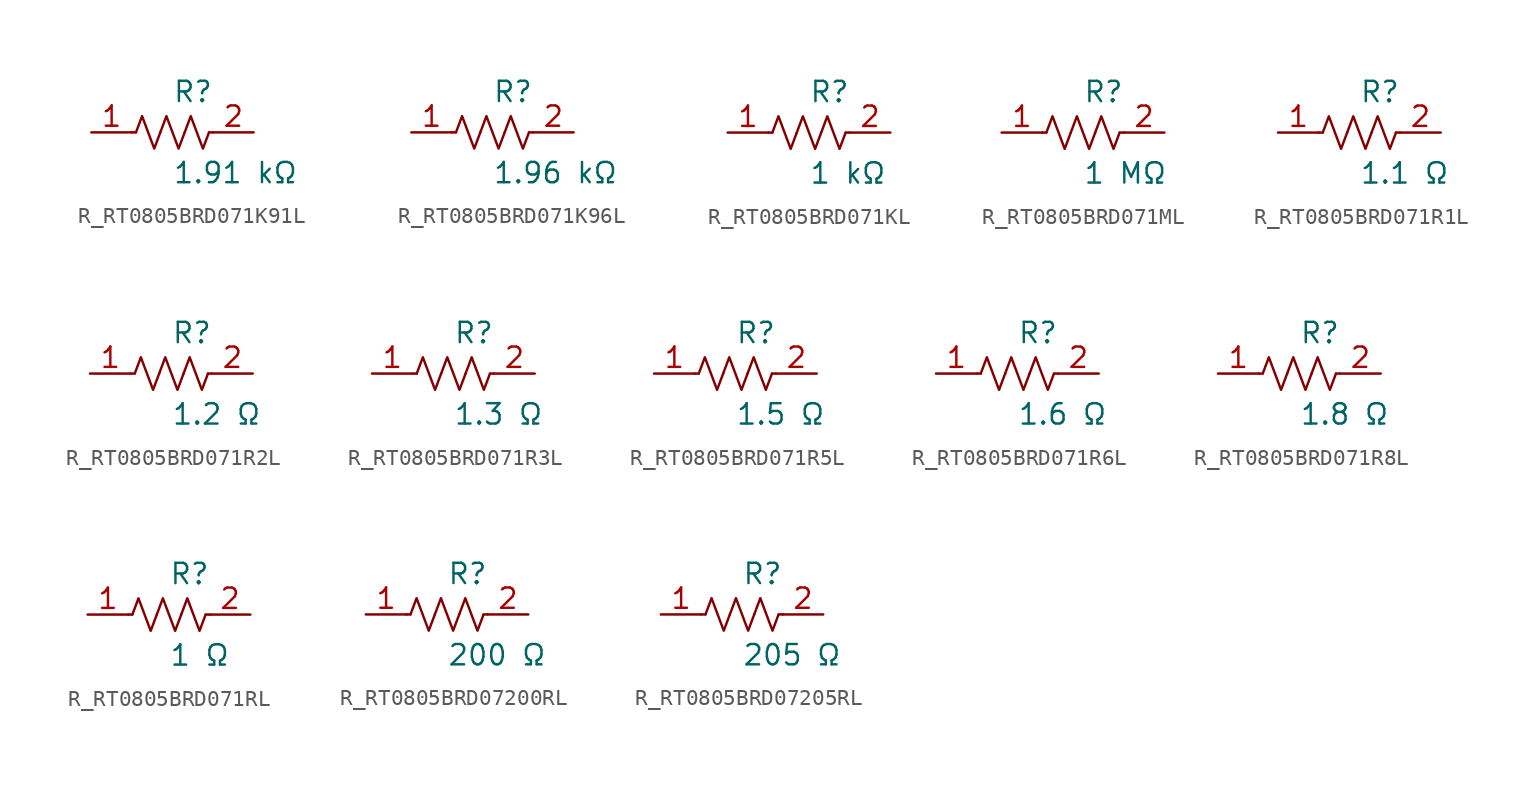
<source format=kicad_sym>
(kicad_symbol_lib
  (version 20231120)
  (generator kicad_symbol_editor)
  (generator_version 8.0)
  (symbol "R_RT0805BRD071K91L"
    (pin_names
      (offset 0.254))
    (property "Reference" "R"
      (at 0.0 2.54 0)
      (effects (font (size 1.27 1.27)) (justify left)))
    (property "Value" "1.91 kΩ"
      (at 0.0 -2.54 0)
      (effects (font (size 1.27 1.27)) (justify left)))
    (symbol "R_RT0805BRD071K91L_0_1"
      (polyline (pts (xy 2.286 0) (xy 2.54 0)) (stroke (width 0) (type default)) (fill (type none)))
      (polyline (pts (xy -2.286 0) (xy -2.54 0)) (stroke (width 0) (type default)) (fill (type none)))
      (polyline (pts (xy 0.762 0) (xy 1.143 1.016) (xy 1.524 0) (xy 1.905 -1.016) (xy 2.286 0)) (stroke (width 0) (type default)) (fill (type none)))
      (polyline (pts (xy -0.762 0) (xy -0.381 1.016) (xy 0 0) (xy 0.381 -1.016) (xy 0.762 0)) (stroke (width 0) (type default)) (fill (type none)))
      (polyline (pts (xy -2.286 0) (xy -1.905 1.016) (xy -1.524 0) (xy -1.143 -1.016) (xy -0.762 0)) (stroke (width 0) (type default)) (fill (type none))))
    (pin unspecified line
      (at -5.08 0 0)
      (length 2.54)
      (name "" (effects (font (size 1.27 1.27))))
      (number "1" (effects (font (size 1.27 1.27)))))
    (pin unspecified line
      (at 5.08 0 180)
      (length 2.54)
      (name "" (effects (font (size 1.27 1.27))))
      (number "2" (effects (font (size 1.27 1.27))))))
  (symbol "R_RT0805BRD071K96L"
    (pin_names
      (offset 0.254))
    (property "Reference" "R"
      (at 0.0 2.54 0)
      (effects (font (size 1.27 1.27)) (justify left)))
    (property "Value" "1.96 kΩ"
      (at 0.0 -2.54 0)
      (effects (font (size 1.27 1.27)) (justify left)))
    (symbol "R_RT0805BRD071K96L_0_1"
      (polyline (pts (xy 2.286 0) (xy 2.54 0)) (stroke (width 0) (type default)) (fill (type none)))
      (polyline (pts (xy -2.286 0) (xy -2.54 0)) (stroke (width 0) (type default)) (fill (type none)))
      (polyline (pts (xy 0.762 0) (xy 1.143 1.016) (xy 1.524 0) (xy 1.905 -1.016) (xy 2.286 0)) (stroke (width 0) (type default)) (fill (type none)))
      (polyline (pts (xy -0.762 0) (xy -0.381 1.016) (xy 0 0) (xy 0.381 -1.016) (xy 0.762 0)) (stroke (width 0) (type default)) (fill (type none)))
      (polyline (pts (xy -2.286 0) (xy -1.905 1.016) (xy -1.524 0) (xy -1.143 -1.016) (xy -0.762 0)) (stroke (width 0) (type default)) (fill (type none))))
    (pin unspecified line
      (at -5.08 0 0)
      (length 2.54)
      (name "" (effects (font (size 1.27 1.27))))
      (number "1" (effects (font (size 1.27 1.27)))))
    (pin unspecified line
      (at 5.08 0 180)
      (length 2.54)
      (name "" (effects (font (size 1.27 1.27))))
      (number "2" (effects (font (size 1.27 1.27))))))
  (symbol "R_RT0805BRD071KL"
    (pin_names
      (offset 0.254))
    (property "Reference" "R"
      (at 0.0 2.54 0)
      (effects (font (size 1.27 1.27)) (justify left)))
    (property "Value" "1 kΩ"
      (at 0.0 -2.54 0)
      (effects (font (size 1.27 1.27)) (justify left)))
    (symbol "R_RT0805BRD071KL_0_1"
      (polyline (pts (xy 2.286 0) (xy 2.54 0)) (stroke (width 0) (type default)) (fill (type none)))
      (polyline (pts (xy -2.286 0) (xy -2.54 0)) (stroke (width 0) (type default)) (fill (type none)))
      (polyline (pts (xy 0.762 0) (xy 1.143 1.016) (xy 1.524 0) (xy 1.905 -1.016) (xy 2.286 0)) (stroke (width 0) (type default)) (fill (type none)))
      (polyline (pts (xy -0.762 0) (xy -0.381 1.016) (xy 0 0) (xy 0.381 -1.016) (xy 0.762 0)) (stroke (width 0) (type default)) (fill (type none)))
      (polyline (pts (xy -2.286 0) (xy -1.905 1.016) (xy -1.524 0) (xy -1.143 -1.016) (xy -0.762 0)) (stroke (width 0) (type default)) (fill (type none))))
    (pin unspecified line
      (at -5.08 0 0)
      (length 2.54)
      (name "" (effects (font (size 1.27 1.27))))
      (number "1" (effects (font (size 1.27 1.27)))))
    (pin unspecified line
      (at 5.08 0 180)
      (length 2.54)
      (name "" (effects (font (size 1.27 1.27))))
      (number "2" (effects (font (size 1.27 1.27))))))
  (symbol "R_RT0805BRD071ML"
    (pin_names
      (offset 0.254))
    (property "Reference" "R"
      (at 0.0 2.54 0)
      (effects (font (size 1.27 1.27)) (justify left)))
    (property "Value" "1 MΩ"
      (at 0.0 -2.54 0)
      (effects (font (size 1.27 1.27)) (justify left)))
    (symbol "R_RT0805BRD071ML_0_1"
      (polyline (pts (xy 2.286 0) (xy 2.54 0)) (stroke (width 0) (type default)) (fill (type none)))
      (polyline (pts (xy -2.286 0) (xy -2.54 0)) (stroke (width 0) (type default)) (fill (type none)))
      (polyline (pts (xy 0.762 0) (xy 1.143 1.016) (xy 1.524 0) (xy 1.905 -1.016) (xy 2.286 0)) (stroke (width 0) (type default)) (fill (type none)))
      (polyline (pts (xy -0.762 0) (xy -0.381 1.016) (xy 0 0) (xy 0.381 -1.016) (xy 0.762 0)) (stroke (width 0) (type default)) (fill (type none)))
      (polyline (pts (xy -2.286 0) (xy -1.905 1.016) (xy -1.524 0) (xy -1.143 -1.016) (xy -0.762 0)) (stroke (width 0) (type default)) (fill (type none))))
    (pin unspecified line
      (at -5.08 0 0)
      (length 2.54)
      (name "" (effects (font (size 1.27 1.27))))
      (number "1" (effects (font (size 1.27 1.27)))))
    (pin unspecified line
      (at 5.08 0 180)
      (length 2.54)
      (name "" (effects (font (size 1.27 1.27))))
      (number "2" (effects (font (size 1.27 1.27))))))
  (symbol "R_RT0805BRD071R1L"
    (pin_names
      (offset 0.254))
    (property "Reference" "R"
      (at 0.0 2.54 0)
      (effects (font (size 1.27 1.27)) (justify left)))
    (property "Value" "1.1 Ω"
      (at 0.0 -2.54 0)
      (effects (font (size 1.27 1.27)) (justify left)))
    (symbol "R_RT0805BRD071R1L_0_1"
      (polyline (pts (xy 2.286 0) (xy 2.54 0)) (stroke (width 0) (type default)) (fill (type none)))
      (polyline (pts (xy -2.286 0) (xy -2.54 0)) (stroke (width 0) (type default)) (fill (type none)))
      (polyline (pts (xy 0.762 0) (xy 1.143 1.016) (xy 1.524 0) (xy 1.905 -1.016) (xy 2.286 0)) (stroke (width 0) (type default)) (fill (type none)))
      (polyline (pts (xy -0.762 0) (xy -0.381 1.016) (xy 0 0) (xy 0.381 -1.016) (xy 0.762 0)) (stroke (width 0) (type default)) (fill (type none)))
      (polyline (pts (xy -2.286 0) (xy -1.905 1.016) (xy -1.524 0) (xy -1.143 -1.016) (xy -0.762 0)) (stroke (width 0) (type default)) (fill (type none))))
    (pin unspecified line
      (at -5.08 0 0)
      (length 2.54)
      (name "" (effects (font (size 1.27 1.27))))
      (number "1" (effects (font (size 1.27 1.27)))))
    (pin unspecified line
      (at 5.08 0 180)
      (length 2.54)
      (name "" (effects (font (size 1.27 1.27))))
      (number "2" (effects (font (size 1.27 1.27))))))
  (symbol "R_RT0805BRD071R2L"
    (pin_names
      (offset 0.254))
    (property "Reference" "R"
      (at 0.0 2.54 0)
      (effects (font (size 1.27 1.27)) (justify left)))
    (property "Value" "1.2 Ω"
      (at 0.0 -2.54 0)
      (effects (font (size 1.27 1.27)) (justify left)))
    (symbol "R_RT0805BRD071R2L_0_1"
      (polyline (pts (xy 2.286 0) (xy 2.54 0)) (stroke (width 0) (type default)) (fill (type none)))
      (polyline (pts (xy -2.286 0) (xy -2.54 0)) (stroke (width 0) (type default)) (fill (type none)))
      (polyline (pts (xy 0.762 0) (xy 1.143 1.016) (xy 1.524 0) (xy 1.905 -1.016) (xy 2.286 0)) (stroke (width 0) (type default)) (fill (type none)))
      (polyline (pts (xy -0.762 0) (xy -0.381 1.016) (xy 0 0) (xy 0.381 -1.016) (xy 0.762 0)) (stroke (width 0) (type default)) (fill (type none)))
      (polyline (pts (xy -2.286 0) (xy -1.905 1.016) (xy -1.524 0) (xy -1.143 -1.016) (xy -0.762 0)) (stroke (width 0) (type default)) (fill (type none))))
    (pin unspecified line
      (at -5.08 0 0)
      (length 2.54)
      (name "" (effects (font (size 1.27 1.27))))
      (number "1" (effects (font (size 1.27 1.27)))))
    (pin unspecified line
      (at 5.08 0 180)
      (length 2.54)
      (name "" (effects (font (size 1.27 1.27))))
      (number "2" (effects (font (size 1.27 1.27))))))
  (symbol "R_RT0805BRD071R3L"
    (pin_names
      (offset 0.254))
    (property "Reference" "R"
      (at 0.0 2.54 0)
      (effects (font (size 1.27 1.27)) (justify left)))
    (property "Value" "1.3 Ω"
      (at 0.0 -2.54 0)
      (effects (font (size 1.27 1.27)) (justify left)))
    (symbol "R_RT0805BRD071R3L_0_1"
      (polyline (pts (xy 2.286 0) (xy 2.54 0)) (stroke (width 0) (type default)) (fill (type none)))
      (polyline (pts (xy -2.286 0) (xy -2.54 0)) (stroke (width 0) (type default)) (fill (type none)))
      (polyline (pts (xy 0.762 0) (xy 1.143 1.016) (xy 1.524 0) (xy 1.905 -1.016) (xy 2.286 0)) (stroke (width 0) (type default)) (fill (type none)))
      (polyline (pts (xy -0.762 0) (xy -0.381 1.016) (xy 0 0) (xy 0.381 -1.016) (xy 0.762 0)) (stroke (width 0) (type default)) (fill (type none)))
      (polyline (pts (xy -2.286 0) (xy -1.905 1.016) (xy -1.524 0) (xy -1.143 -1.016) (xy -0.762 0)) (stroke (width 0) (type default)) (fill (type none))))
    (pin unspecified line
      (at -5.08 0 0)
      (length 2.54)
      (name "" (effects (font (size 1.27 1.27))))
      (number "1" (effects (font (size 1.27 1.27)))))
    (pin unspecified line
      (at 5.08 0 180)
      (length 2.54)
      (name "" (effects (font (size 1.27 1.27))))
      (number "2" (effects (font (size 1.27 1.27))))))
  (symbol "R_RT0805BRD071R5L"
    (pin_names
      (offset 0.254))
    (property "Reference" "R"
      (at 0.0 2.54 0)
      (effects (font (size 1.27 1.27)) (justify left)))
    (property "Value" "1.5 Ω"
      (at 0.0 -2.54 0)
      (effects (font (size 1.27 1.27)) (justify left)))
    (symbol "R_RT0805BRD071R5L_0_1"
      (polyline (pts (xy 2.286 0) (xy 2.54 0)) (stroke (width 0) (type default)) (fill (type none)))
      (polyline (pts (xy -2.286 0) (xy -2.54 0)) (stroke (width 0) (type default)) (fill (type none)))
      (polyline (pts (xy 0.762 0) (xy 1.143 1.016) (xy 1.524 0) (xy 1.905 -1.016) (xy 2.286 0)) (stroke (width 0) (type default)) (fill (type none)))
      (polyline (pts (xy -0.762 0) (xy -0.381 1.016) (xy 0 0) (xy 0.381 -1.016) (xy 0.762 0)) (stroke (width 0) (type default)) (fill (type none)))
      (polyline (pts (xy -2.286 0) (xy -1.905 1.016) (xy -1.524 0) (xy -1.143 -1.016) (xy -0.762 0)) (stroke (width 0) (type default)) (fill (type none))))
    (pin unspecified line
      (at -5.08 0 0)
      (length 2.54)
      (name "" (effects (font (size 1.27 1.27))))
      (number "1" (effects (font (size 1.27 1.27)))))
    (pin unspecified line
      (at 5.08 0 180)
      (length 2.54)
      (name "" (effects (font (size 1.27 1.27))))
      (number "2" (effects (font (size 1.27 1.27))))))
  (symbol "R_RT0805BRD071R6L"
    (pin_names
      (offset 0.254))
    (property "Reference" "R"
      (at 0.0 2.54 0)
      (effects (font (size 1.27 1.27)) (justify left)))
    (property "Value" "1.6 Ω"
      (at 0.0 -2.54 0)
      (effects (font (size 1.27 1.27)) (justify left)))
    (symbol "R_RT0805BRD071R6L_0_1"
      (polyline (pts (xy 2.286 0) (xy 2.54 0)) (stroke (width 0) (type default)) (fill (type none)))
      (polyline (pts (xy -2.286 0) (xy -2.54 0)) (stroke (width 0) (type default)) (fill (type none)))
      (polyline (pts (xy 0.762 0) (xy 1.143 1.016) (xy 1.524 0) (xy 1.905 -1.016) (xy 2.286 0)) (stroke (width 0) (type default)) (fill (type none)))
      (polyline (pts (xy -0.762 0) (xy -0.381 1.016) (xy 0 0) (xy 0.381 -1.016) (xy 0.762 0)) (stroke (width 0) (type default)) (fill (type none)))
      (polyline (pts (xy -2.286 0) (xy -1.905 1.016) (xy -1.524 0) (xy -1.143 -1.016) (xy -0.762 0)) (stroke (width 0) (type default)) (fill (type none))))
    (pin unspecified line
      (at -5.08 0 0)
      (length 2.54)
      (name "" (effects (font (size 1.27 1.27))))
      (number "1" (effects (font (size 1.27 1.27)))))
    (pin unspecified line
      (at 5.08 0 180)
      (length 2.54)
      (name "" (effects (font (size 1.27 1.27))))
      (number "2" (effects (font (size 1.27 1.27))))))
  (symbol "R_RT0805BRD071R8L"
    (pin_names
      (offset 0.254))
    (property "Reference" "R"
      (at 0.0 2.54 0)
      (effects (font (size 1.27 1.27)) (justify left)))
    (property "Value" "1.8 Ω"
      (at 0.0 -2.54 0)
      (effects (font (size 1.27 1.27)) (justify left)))
    (symbol "R_RT0805BRD071R8L_0_1"
      (polyline (pts (xy 2.286 0) (xy 2.54 0)) (stroke (width 0) (type default)) (fill (type none)))
      (polyline (pts (xy -2.286 0) (xy -2.54 0)) (stroke (width 0) (type default)) (fill (type none)))
      (polyline (pts (xy 0.762 0) (xy 1.143 1.016) (xy 1.524 0) (xy 1.905 -1.016) (xy 2.286 0)) (stroke (width 0) (type default)) (fill (type none)))
      (polyline (pts (xy -0.762 0) (xy -0.381 1.016) (xy 0 0) (xy 0.381 -1.016) (xy 0.762 0)) (stroke (width 0) (type default)) (fill (type none)))
      (polyline (pts (xy -2.286 0) (xy -1.905 1.016) (xy -1.524 0) (xy -1.143 -1.016) (xy -0.762 0)) (stroke (width 0) (type default)) (fill (type none))))
    (pin unspecified line
      (at -5.08 0 0)
      (length 2.54)
      (name "" (effects (font (size 1.27 1.27))))
      (number "1" (effects (font (size 1.27 1.27)))))
    (pin unspecified line
      (at 5.08 0 180)
      (length 2.54)
      (name "" (effects (font (size 1.27 1.27))))
      (number "2" (effects (font (size 1.27 1.27))))))
  (symbol "R_RT0805BRD071RL"
    (pin_names
      (offset 0.254))
    (property "Reference" "R"
      (at 0.0 2.54 0)
      (effects (font (size 1.27 1.27)) (justify left)))
    (property "Value" "1 Ω"
      (at 0.0 -2.54 0)
      (effects (font (size 1.27 1.27)) (justify left)))
    (symbol "R_RT0805BRD071RL_0_1"
      (polyline (pts (xy 2.286 0) (xy 2.54 0)) (stroke (width 0) (type default)) (fill (type none)))
      (polyline (pts (xy -2.286 0) (xy -2.54 0)) (stroke (width 0) (type default)) (fill (type none)))
      (polyline (pts (xy 0.762 0) (xy 1.143 1.016) (xy 1.524 0) (xy 1.905 -1.016) (xy 2.286 0)) (stroke (width 0) (type default)) (fill (type none)))
      (polyline (pts (xy -0.762 0) (xy -0.381 1.016) (xy 0 0) (xy 0.381 -1.016) (xy 0.762 0)) (stroke (width 0) (type default)) (fill (type none)))
      (polyline (pts (xy -2.286 0) (xy -1.905 1.016) (xy -1.524 0) (xy -1.143 -1.016) (xy -0.762 0)) (stroke (width 0) (type default)) (fill (type none))))
    (pin unspecified line
      (at -5.08 0 0)
      (length 2.54)
      (name "" (effects (font (size 1.27 1.27))))
      (number "1" (effects (font (size 1.27 1.27)))))
    (pin unspecified line
      (at 5.08 0 180)
      (length 2.54)
      (name "" (effects (font (size 1.27 1.27))))
      (number "2" (effects (font (size 1.27 1.27))))))
  (symbol "R_RT0805BRD07200RL"
    (pin_names
      (offset 0.254))
    (property "Reference" "R"
      (at 0.0 2.54 0)
      (effects (font (size 1.27 1.27)) (justify left)))
    (property "Value" "200 Ω"
      (at 0.0 -2.54 0)
      (effects (font (size 1.27 1.27)) (justify left)))
    (symbol "R_RT0805BRD07200RL_0_1"
      (polyline (pts (xy 2.286 0) (xy 2.54 0)) (stroke (width 0) (type default)) (fill (type none)))
      (polyline (pts (xy -2.286 0) (xy -2.54 0)) (stroke (width 0) (type default)) (fill (type none)))
      (polyline (pts (xy 0.762 0) (xy 1.143 1.016) (xy 1.524 0) (xy 1.905 -1.016) (xy 2.286 0)) (stroke (width 0) (type default)) (fill (type none)))
      (polyline (pts (xy -0.762 0) (xy -0.381 1.016) (xy 0 0) (xy 0.381 -1.016) (xy 0.762 0)) (stroke (width 0) (type default)) (fill (type none)))
      (polyline (pts (xy -2.286 0) (xy -1.905 1.016) (xy -1.524 0) (xy -1.143 -1.016) (xy -0.762 0)) (stroke (width 0) (type default)) (fill (type none))))
    (pin unspecified line
      (at -5.08 0 0)
      (length 2.54)
      (name "" (effects (font (size 1.27 1.27))))
      (number "1" (effects (font (size 1.27 1.27)))))
    (pin unspecified line
      (at 5.08 0 180)
      (length 2.54)
      (name "" (effects (font (size 1.27 1.27))))
      (number "2" (effects (font (size 1.27 1.27))))))
  (symbol "R_RT0805BRD07205RL"
    (pin_names
      (offset 0.254))
    (property "Reference" "R"
      (at 0.0 2.54 0)
      (effects (font (size 1.27 1.27)) (justify left)))
    (property "Value" "205 Ω"
      (at 0.0 -2.54 0)
      (effects (font (size 1.27 1.27)) (justify left)))
    (symbol "R_RT0805BRD07205RL_0_1"
      (polyline (pts (xy 2.286 0) (xy 2.54 0)) (stroke (width 0) (type default)) (fill (type none)))
      (polyline (pts (xy -2.286 0) (xy -2.54 0)) (stroke (width 0) (type default)) (fill (type none)))
      (polyline (pts (xy 0.762 0) (xy 1.143 1.016) (xy 1.524 0) (xy 1.905 -1.016) (xy 2.286 0)) (stroke (width 0) (type default)) (fill (type none)))
      (polyline (pts (xy -0.762 0) (xy -0.381 1.016) (xy 0 0) (xy 0.381 -1.016) (xy 0.762 0)) (stroke (width 0) (type default)) (fill (type none)))
      (polyline (pts (xy -2.286 0) (xy -1.905 1.016) (xy -1.524 0) (xy -1.143 -1.016) (xy -0.762 0)) (stroke (width 0) (type default)) (fill (type none))))
    (pin unspecified line
      (at -5.08 0 0)
      (length 2.54)
      (name "" (effects (font (size 1.27 1.27))))
      (number "1" (effects (font (size 1.27 1.27)))))
    (pin unspecified line
      (at 5.08 0 180)
      (length 2.54)
      (name "" (effects (font (size 1.27 1.27))))
      (number "2" (effects (font (size 1.27 1.27)))))))
</source>
